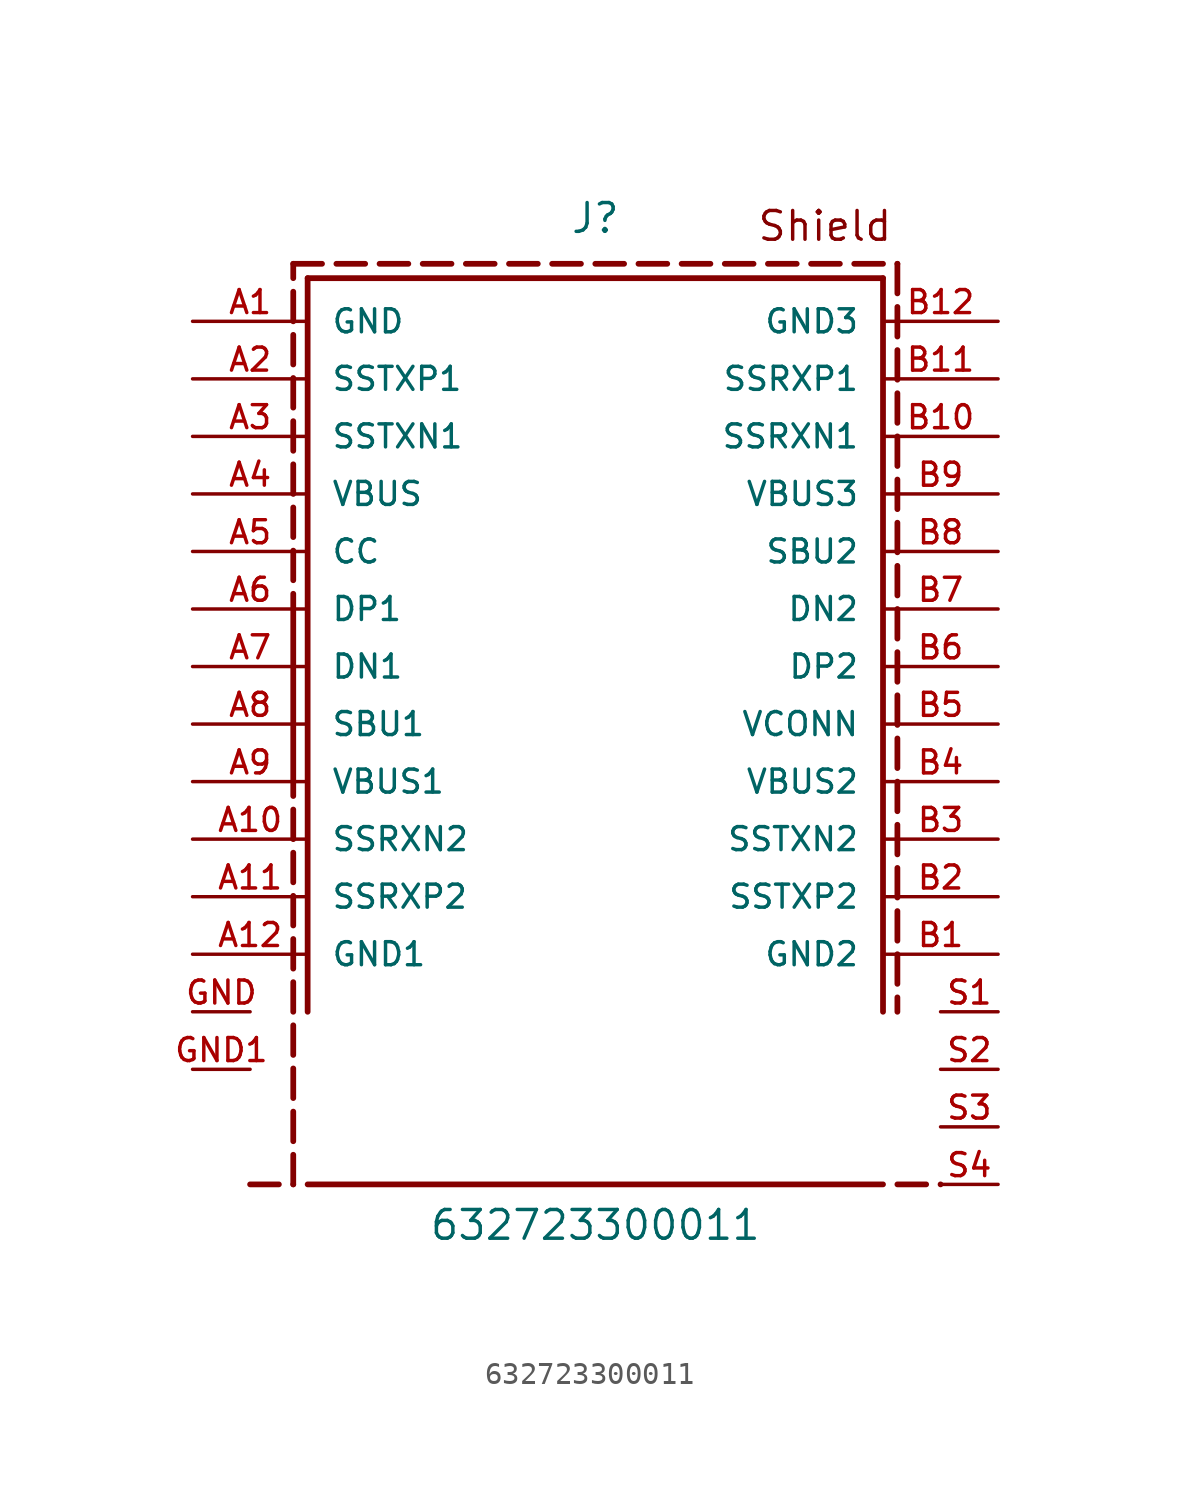
<source format=kicad_sym>
(kicad_symbol_lib
  (version 20211014)
  (generator kicad_symbol_editor)
  (symbol "632723300011"
    (pin_names
      (offset 1.016))
    (property "Reference" "J"
      (at 0.0 16.51 0)
      (effects (font (size 1.27 1.27)) (justify bottom)))
    (property "Value" "632723300011"
      (at 0.0 -27.94 0)
      (effects (font (size 1.27 1.27)) (justify bottom)))
    (symbol "632723300011_0_0"
      (polyline (pts (xy -12.7 14.605) (xy 12.7 14.605)) (stroke (width 0.254)))
      (polyline (pts (xy 12.7 14.605) (xy 12.7 -17.78)) (stroke (width 0.254)))
      (polyline (pts (xy 12.7 -25.4) (xy -12.7 -25.4)) (stroke (width 0.254)))
      (polyline (pts (xy -12.7 -17.78) (xy -12.7 14.605)) (stroke (width 0.254)))
      (text "Shield" (at 7.1 16.16 0) (effects (font (size 1.27 1.27)) (justify bottom left)))
      (polyline (pts (xy -15.24 -25.4) (xy -13.97 -25.4)) (stroke (width 0.254)))
      (polyline (pts (xy -13.335 -25.4) (xy -13.335 -25.4)) (stroke (width 0.254)))
      (polyline (pts (xy -13.335 -25.4) (xy -13.335 -24.093)) (stroke (width 0.254)))
      (polyline (pts (xy -13.335 -23.495) (xy -13.335 -22.188)) (stroke (width 0.254)))
      (polyline (pts (xy -13.335 -21.59) (xy -13.335 -20.283)) (stroke (width 0.254)))
      (polyline (pts (xy -13.335 -19.685) (xy -13.335 -18.378)) (stroke (width 0.254)))
      (polyline (pts (xy -13.335 -17.78) (xy -13.335 -16.473)) (stroke (width 0.254)))
      (polyline (pts (xy -13.335 -15.875) (xy -13.335 -14.568)) (stroke (width 0.254)))
      (polyline (pts (xy -13.335 -13.97) (xy -13.335 -12.663)) (stroke (width 0.254)))
      (polyline (pts (xy -13.335 -12.065) (xy -13.335 -10.758)) (stroke (width 0.254)))
      (polyline (pts (xy -13.335 -10.16) (xy -13.335 -8.853)) (stroke (width 0.254)))
      (polyline (pts (xy -13.335 -8.255) (xy -13.335 0.672)) (stroke (width 0.254)))
      (polyline (pts (xy -13.335 1.27) (xy -13.335 2.577)) (stroke (width 0.254)))
      (polyline (pts (xy -13.335 3.175) (xy -13.335 4.482)) (stroke (width 0.254)))
      (polyline (pts (xy -13.335 5.08) (xy -13.335 6.387)) (stroke (width 0.254)))
      (polyline (pts (xy -13.335 6.985) (xy -13.335 8.292)) (stroke (width 0.254)))
      (polyline (pts (xy -13.335 8.89) (xy -13.335 10.197)) (stroke (width 0.254)))
      (polyline (pts (xy -13.335 10.795) (xy -13.335 12.102)) (stroke (width 0.254)))
      (polyline (pts (xy -13.335 12.7) (xy -13.335 14.007)) (stroke (width 0.254)))
      (polyline (pts (xy -13.335 14.605) (xy -13.335 15.24)) (stroke (width 0.254)))
      (polyline (pts (xy -13.335 15.24) (xy -12.065 15.24)) (stroke (width 0.254)))
      (polyline (pts (xy -11.43 15.24) (xy -10.16 15.24)) (stroke (width 0.254)))
      (polyline (pts (xy -9.525 15.24) (xy -8.255 15.24)) (stroke (width 0.254)))
      (polyline (pts (xy -7.62 15.24) (xy -6.35 15.24)) (stroke (width 0.254)))
      (polyline (pts (xy -5.715 15.24) (xy -4.445 15.24)) (stroke (width 0.254)))
      (polyline (pts (xy -3.81 15.24) (xy -2.54 15.24)) (stroke (width 0.254)))
      (polyline (pts (xy -1.905 15.24) (xy -0.635 15.24)) (stroke (width 0.254)))
      (polyline (pts (xy 0.0 15.24) (xy 1.27 15.24)) (stroke (width 0.254)))
      (polyline (pts (xy 1.905 15.24) (xy 3.175 15.24)) (stroke (width 0.254)))
      (polyline (pts (xy 3.81 15.24) (xy 5.08 15.24)) (stroke (width 0.254)))
      (polyline (pts (xy 5.715 15.24) (xy 6.985 15.24)) (stroke (width 0.254)))
      (polyline (pts (xy 7.62 15.24) (xy 8.89 15.24)) (stroke (width 0.254)))
      (polyline (pts (xy 9.525 15.24) (xy 10.795 15.24)) (stroke (width 0.254)))
      (polyline (pts (xy 11.43 15.24) (xy 12.7 15.24)) (stroke (width 0.254)))
      (polyline (pts (xy 13.335 15.24) (xy 13.335 15.24)) (stroke (width 0.254)))
      (polyline (pts (xy 13.335 15.24) (xy 13.335 13.933)) (stroke (width 0.254)))
      (polyline (pts (xy 13.335 13.335) (xy 13.335 12.028)) (stroke (width 0.254)))
      (polyline (pts (xy 13.335 11.43) (xy 13.335 10.123)) (stroke (width 0.254)))
      (polyline (pts (xy 13.335 9.525) (xy 13.335 8.218)) (stroke (width 0.254)))
      (polyline (pts (xy 13.335 7.62) (xy 13.335 6.313)) (stroke (width 0.254)))
      (polyline (pts (xy 13.335 5.715) (xy 13.335 4.408)) (stroke (width 0.254)))
      (polyline (pts (xy 13.335 3.81) (xy 13.335 2.503)) (stroke (width 0.254)))
      (polyline (pts (xy 13.335 1.905) (xy 13.335 0.598)) (stroke (width 0.254)))
      (polyline (pts (xy 13.335 0.0) (xy 13.335 -1.307)) (stroke (width 0.254)))
      (polyline (pts (xy 13.335 -1.905) (xy 13.335 -3.212)) (stroke (width 0.254)))
      (polyline (pts (xy 13.335 -3.81) (xy 13.335 -5.117)) (stroke (width 0.254)))
      (polyline (pts (xy 13.335 -5.715) (xy 13.335 -7.022)) (stroke (width 0.254)))
      (polyline (pts (xy 13.335 -7.62) (xy 13.335 -8.927)) (stroke (width 0.254)))
      (polyline (pts (xy 13.335 -9.525) (xy 13.335 -10.832)) (stroke (width 0.254)))
      (polyline (pts (xy 13.335 -11.43) (xy 13.335 -12.737)) (stroke (width 0.254)))
      (polyline (pts (xy 13.335 -13.335) (xy 13.335 -14.642)) (stroke (width 0.254)))
      (polyline (pts (xy 13.335 -15.24) (xy 13.335 -16.547)) (stroke (width 0.254)))
      (polyline (pts (xy 13.335 -17.145) (xy 13.335 -17.78)) (stroke (width 0.254)))
      (polyline (pts (xy 13.335 -25.4) (xy 14.605 -25.4)) (stroke (width 0.254)))
      (polyline (pts (xy 15.24 -25.4) (xy 15.24 -25.4)) (stroke (width 0.254)))
      (pin passive line (at -17.78 12.7 0) (length 5.08) (name "GND" (effects (font (size 1.016 1.016)))) (number "A1" (effects (font (size 1.016 1.016)))))
      (pin passive line (at -17.78 10.16 0) (length 5.08) (name "SSTXP1" (effects (font (size 1.016 1.016)))) (number "A2" (effects (font (size 1.016 1.016)))))
      (pin passive line (at -17.78 7.62 0) (length 5.08) (name "SSTXN1" (effects (font (size 1.016 1.016)))) (number "A3" (effects (font (size 1.016 1.016)))))
      (pin passive line (at -17.78 5.08 0) (length 5.08) (name "VBUS" (effects (font (size 1.016 1.016)))) (number "A4" (effects (font (size 1.016 1.016)))))
      (pin passive line (at -17.78 2.54 0) (length 5.08) (name "CC" (effects (font (size 1.016 1.016)))) (number "A5" (effects (font (size 1.016 1.016)))))
      (pin passive line (at -17.78 0.0 0) (length 5.08) (name "DP1" (effects (font (size 1.016 1.016)))) (number "A6" (effects (font (size 1.016 1.016)))))
      (pin passive line (at -17.78 -2.54 0) (length 5.08) (name "DN1" (effects (font (size 1.016 1.016)))) (number "A7" (effects (font (size 1.016 1.016)))))
      (pin passive line (at -17.78 -5.08 0) (length 5.08) (name "SBU1" (effects (font (size 1.016 1.016)))) (number "A8" (effects (font (size 1.016 1.016)))))
      (pin passive line (at -17.78 -7.62 0) (length 5.08) (name "VBUS1" (effects (font (size 1.016 1.016)))) (number "A9" (effects (font (size 1.016 1.016)))))
      (pin passive line (at -17.78 -10.16 0) (length 5.08) (name "SSRXN2" (effects (font (size 1.016 1.016)))) (number "A10" (effects (font (size 1.016 1.016)))))
      (pin passive line (at -17.78 -12.7 0) (length 5.08) (name "SSRXP2" (effects (font (size 1.016 1.016)))) (number "A11" (effects (font (size 1.016 1.016)))))
      (pin passive line (at -17.78 -15.24 0) (length 5.08) (name "GND1" (effects (font (size 1.016 1.016)))) (number "A12" (effects (font (size 1.016 1.016)))))
      (pin passive line (at 17.78 -15.24 180.0) (length 5.08) (name "GND2" (effects (font (size 1.016 1.016)))) (number "B1" (effects (font (size 1.016 1.016)))))
      (pin passive line (at 17.78 10.16 180.0) (length 5.08) (name "SSRXP1" (effects (font (size 1.016 1.016)))) (number "B11" (effects (font (size 1.016 1.016)))))
      (pin passive line (at 17.78 7.62 180.0) (length 5.08) (name "SSRXN1" (effects (font (size 1.016 1.016)))) (number "B10" (effects (font (size 1.016 1.016)))))
      (pin passive line (at 17.78 -7.62 180.0) (length 5.08) (name "VBUS2" (effects (font (size 1.016 1.016)))) (number "B4" (effects (font (size 1.016 1.016)))))
      (pin passive line (at 17.78 2.54 180.0) (length 5.08) (name "SBU2" (effects (font (size 1.016 1.016)))) (number "B8" (effects (font (size 1.016 1.016)))))
      (pin passive line (at 17.78 -5.08 180.0) (length 5.08) (name "VCONN" (effects (font (size 1.016 1.016)))) (number "B5" (effects (font (size 1.016 1.016)))))
      (pin passive line (at 17.78 5.08 180.0) (length 5.08) (name "VBUS3" (effects (font (size 1.016 1.016)))) (number "B9" (effects (font (size 1.016 1.016)))))
      (pin passive line (at 17.78 -10.16 180.0) (length 5.08) (name "SSTXN2" (effects (font (size 1.016 1.016)))) (number "B3" (effects (font (size 1.016 1.016)))))
      (pin passive line (at 17.78 -12.7 180.0) (length 5.08) (name "SSTXP2" (effects (font (size 1.016 1.016)))) (number "B2" (effects (font (size 1.016 1.016)))))
      (pin passive line (at 17.78 12.7 180.0) (length 5.08) (name "GND3" (effects (font (size 1.016 1.016)))) (number "B12" (effects (font (size 1.016 1.016)))))
      (pin passive line (at -17.78 -17.78 0) (length 2.54) (name "~" (effects (font (size 1.016 1.016)))) (number "GND" (effects (font (size 1.016 1.016)))))
      (pin passive line (at 17.78 -17.78 180.0) (length 2.54) (name "~" (effects (font (size 1.016 1.016)))) (number "S1" (effects (font (size 1.016 1.016)))))
      (pin passive line (at 17.78 -2.54 180.0) (length 5.08) (name "DP2" (effects (font (size 1.016 1.016)))) (number "B6" (effects (font (size 1.016 1.016)))))
      (pin passive line (at 17.78 0.0 180.0) (length 5.08) (name "DN2" (effects (font (size 1.016 1.016)))) (number "B7" (effects (font (size 1.016 1.016)))))
      (pin passive line (at -17.78 -20.32 0) (length 2.54) (name "~" (effects (font (size 1.016 1.016)))) (number "GND1" (effects (font (size 1.016 1.016)))))
      (pin passive line (at 17.78 -20.32 180.0) (length 2.54) (name "~" (effects (font (size 1.016 1.016)))) (number "S2" (effects (font (size 1.016 1.016)))))
      (pin passive line (at 17.78 -22.86 180.0) (length 2.54) (name "~" (effects (font (size 1.016 1.016)))) (number "S3" (effects (font (size 1.016 1.016)))))
      (pin passive line (at 17.78 -25.4 180.0) (length 2.54) (name "~" (effects (font (size 1.016 1.016)))) (number "S4" (effects (font (size 1.016 1.016))))))))
</source>
